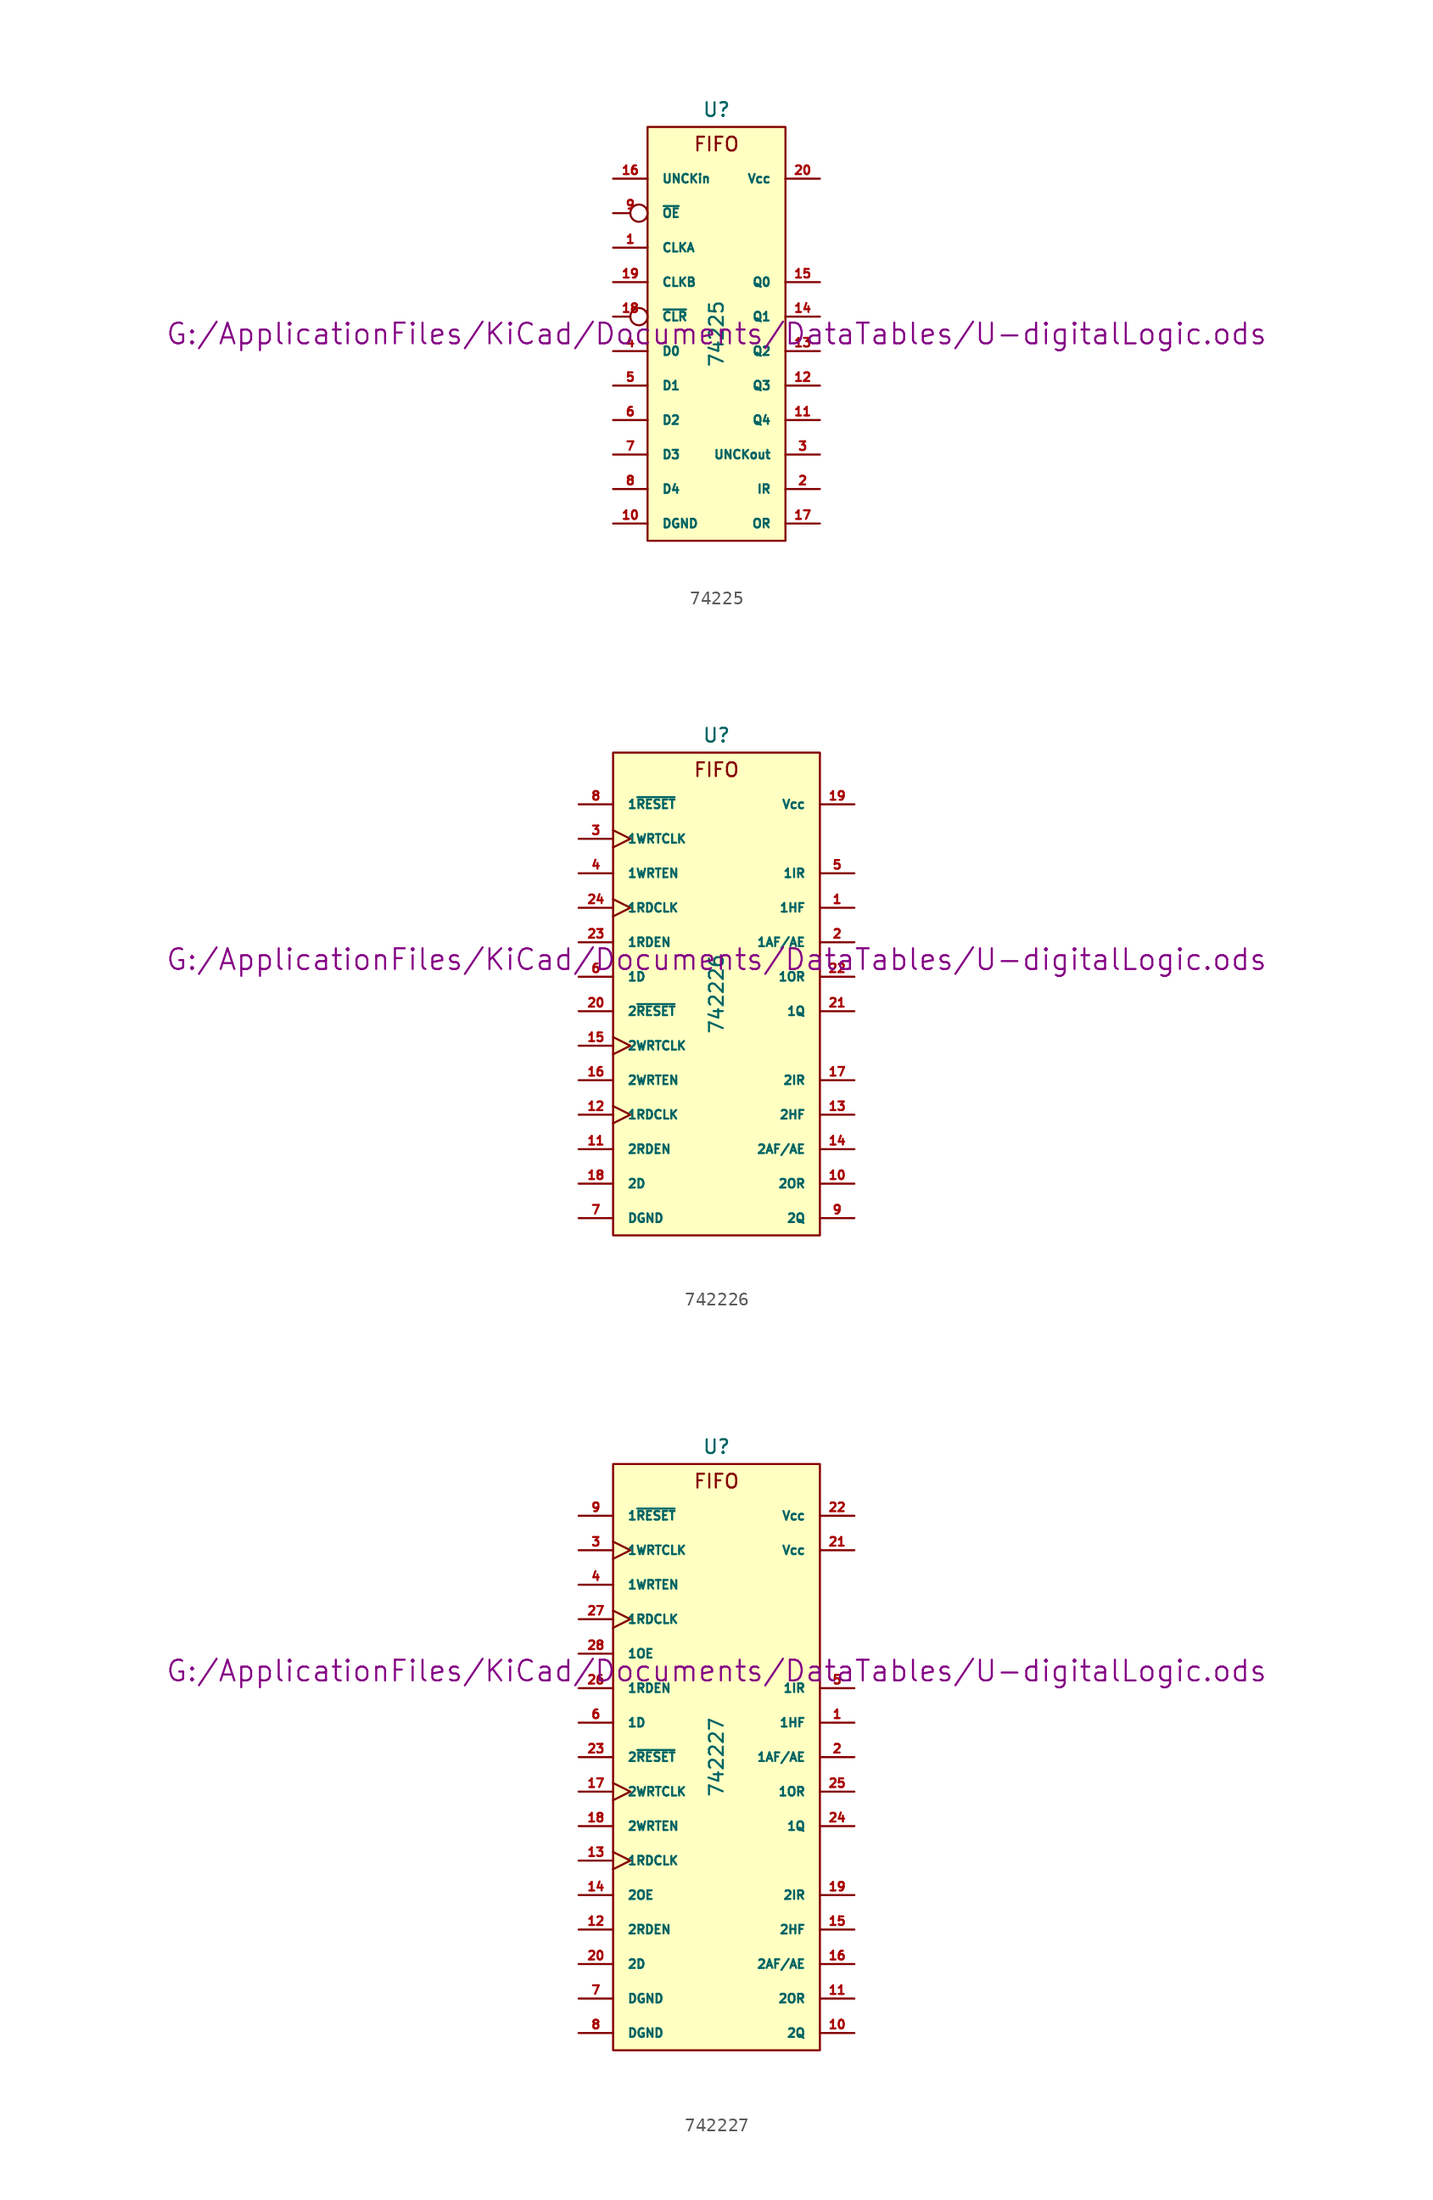
<source format=kicad_sym>
(kicad_symbol_lib
  (version 20211014)
  (generator kicad_symbol_editor)
  (symbol "74225"
    (pin_names
      (offset 1.016))
    (property "Reference" "U"
      (at 0 16.51 0)
      (effects (font (size 1.016 1.016))))
    (property "Value" "74225"
      (at 0 0 90)
      (effects (font (size 1.016 1.016))))
    (property "Footprint" ""
      (at 0 0 0)
      (effects (font (size 1.524 1.524))))
    (property "Datasheet" "G:/ApplicationFiles/KiCad/Documents/DataTables/U-digitalLogic.ods"
      (at 0 0 0)
      (effects (font (size 1.524 1.524))))
    (symbol "74225_0_0"
      (text "FIFO" (at 0 13.97 0) (effects (font (size 1.016 1.016)))))
    (symbol "74225_0_1"
      (rectangle (start -5.08 15.24) (end 5.08 -15.24) (stroke (width 0) (type default) (color 0 0 0 0)) (fill (type background))))
    (symbol "74225_1_1"
      (pin input line (at -7.62 6.35 0) (length 2.54) (name "CLKA" (effects (font (size 0.635 0.635)))) (number "1" (effects (font (size 0.635 0.635)))))
      (pin power_in line (at -7.62 -13.97 0) (length 2.54) (name "DGND" (effects (font (size 0.635 0.635)))) (number "10" (effects (font (size 0.635 0.635)))))
      (pin tri_state line (at 7.62 -6.35 180) (length 2.54) (name "Q4" (effects (font (size 0.635 0.635)))) (number "11" (effects (font (size 0.635 0.635)))))
      (pin tri_state line (at 7.62 -3.81 180) (length 2.54) (name "Q3" (effects (font (size 0.635 0.635)))) (number "12" (effects (font (size 0.635 0.635)))))
      (pin tri_state line (at 7.62 -1.27 180) (length 2.54) (name "Q2" (effects (font (size 0.635 0.635)))) (number "13" (effects (font (size 0.635 0.635)))))
      (pin tri_state line (at 7.62 1.27 180) (length 2.54) (name "Q1" (effects (font (size 0.635 0.635)))) (number "14" (effects (font (size 0.635 0.635)))))
      (pin tri_state line (at 7.62 3.81 180) (length 2.54) (name "Q0" (effects (font (size 0.635 0.635)))) (number "15" (effects (font (size 0.635 0.635)))))
      (pin input line (at -7.62 11.43 0) (length 2.54) (name "UNCKin" (effects (font (size 0.635 0.635)))) (number "16" (effects (font (size 0.635 0.635)))))
      (pin output line (at 7.62 -13.97 180) (length 2.54) (name "OR" (effects (font (size 0.635 0.635)))) (number "17" (effects (font (size 0.635 0.635)))))
      (pin input inverted (at -7.62 1.27 0) (length 2.54) (name "~{CLR}" (effects (font (size 0.635 0.635)))) (number "18" (effects (font (size 0.635 0.635)))))
      (pin input line (at -7.62 3.81 0) (length 2.54) (name "CLKB" (effects (font (size 0.635 0.635)))) (number "19" (effects (font (size 0.635 0.635)))))
      (pin output line (at 7.62 -11.43 180) (length 2.54) (name "IR" (effects (font (size 0.635 0.635)))) (number "2" (effects (font (size 0.635 0.635)))))
      (pin power_in line (at 7.62 11.43 180) (length 2.54) (name "Vcc" (effects (font (size 0.635 0.635)))) (number "20" (effects (font (size 0.635 0.635)))))
      (pin output line (at 7.62 -8.89 180) (length 2.54) (name "UNCKout" (effects (font (size 0.635 0.635)))) (number "3" (effects (font (size 0.635 0.635)))))
      (pin input line (at -7.62 -1.27 0) (length 2.54) (name "D0" (effects (font (size 0.635 0.635)))) (number "4" (effects (font (size 0.635 0.635)))))
      (pin input line (at -7.62 -3.81 0) (length 2.54) (name "D1" (effects (font (size 0.635 0.635)))) (number "5" (effects (font (size 0.635 0.635)))))
      (pin input line (at -7.62 -6.35 0) (length 2.54) (name "D2" (effects (font (size 0.635 0.635)))) (number "6" (effects (font (size 0.635 0.635)))))
      (pin input line (at -7.62 -8.89 0) (length 2.54) (name "D3" (effects (font (size 0.635 0.635)))) (number "7" (effects (font (size 0.635 0.635)))))
      (pin input line (at -7.62 -11.43 0) (length 2.54) (name "D4" (effects (font (size 0.635 0.635)))) (number "8" (effects (font (size 0.635 0.635)))))
      (pin input inverted (at -7.62 8.89 0) (length 2.54) (name "~{OE}" (effects (font (size 0.635 0.635)))) (number "9" (effects (font (size 0.635 0.635)))))))
  (symbol "742226"
    (pin_names
      (offset 1.016))
    (property "Reference" "U"
      (at 0 19.05 0)
      (effects (font (size 1.016 1.016))))
    (property "Value" "742226"
      (at 0 0 90)
      (effects (font (size 1.016 1.016))))
    (property "Footprint" ""
      (at 0 2.54 0)
      (effects (font (size 1.524 1.524))))
    (property "Datasheet" "G:/ApplicationFiles/KiCad/Documents/DataTables/U-digitalLogic.ods"
      (at 0 2.54 0)
      (effects (font (size 1.524 1.524))))
    (symbol "742226_0_0"
      (text "FIFO" (at 0 16.51 0) (effects (font (size 1.016 1.016)))))
    (symbol "742226_0_1"
      (rectangle (start -7.62 17.78) (end 7.62 -17.78) (stroke (width 0) (type default) (color 0 0 0 0)) (fill (type background))))
    (symbol "742226_1_1"
      (pin output line (at 10.16 6.35 180) (length 2.54) (name "1HF" (effects (font (size 0.635 0.635)))) (number "1" (effects (font (size 0.635 0.635)))))
      (pin output line (at 10.16 -13.97 180) (length 2.54) (name "2OR" (effects (font (size 0.635 0.635)))) (number "10" (effects (font (size 0.635 0.635)))))
      (pin input line (at -10.16 -11.43 0) (length 2.54) (name "2RDEN" (effects (font (size 0.635 0.635)))) (number "11" (effects (font (size 0.635 0.635)))))
      (pin input clock (at -10.16 -8.89 0) (length 2.54) (name "1RDCLK" (effects (font (size 0.635 0.635)))) (number "12" (effects (font (size 0.635 0.635)))))
      (pin output line (at 10.16 -8.89 180) (length 2.54) (name "2HF" (effects (font (size 0.635 0.635)))) (number "13" (effects (font (size 0.635 0.635)))))
      (pin output line (at 10.16 -11.43 180) (length 2.54) (name "2AF/AE" (effects (font (size 0.635 0.635)))) (number "14" (effects (font (size 0.635 0.635)))))
      (pin input clock (at -10.16 -3.81 0) (length 2.54) (name "2WRTCLK" (effects (font (size 0.635 0.635)))) (number "15" (effects (font (size 0.635 0.635)))))
      (pin input line (at -10.16 -6.35 0) (length 2.54) (name "2WRTEN" (effects (font (size 0.635 0.635)))) (number "16" (effects (font (size 0.635 0.635)))))
      (pin output line (at 10.16 -6.35 180) (length 2.54) (name "2IR" (effects (font (size 0.635 0.635)))) (number "17" (effects (font (size 0.635 0.635)))))
      (pin input line (at -10.16 -13.97 0) (length 2.54) (name "2D" (effects (font (size 0.635 0.635)))) (number "18" (effects (font (size 0.635 0.635)))))
      (pin power_in line (at 10.16 13.97 180) (length 2.54) (name "Vcc" (effects (font (size 0.635 0.635)))) (number "19" (effects (font (size 0.635 0.635)))))
      (pin output line (at 10.16 3.81 180) (length 2.54) (name "1AF/AE" (effects (font (size 0.635 0.635)))) (number "2" (effects (font (size 0.635 0.635)))))
      (pin input line (at -10.16 -1.27 0) (length 2.54) (name "2~{RESET}" (effects (font (size 0.635 0.635)))) (number "20" (effects (font (size 0.635 0.635)))))
      (pin output line (at 10.16 -1.27 180) (length 2.54) (name "1Q" (effects (font (size 0.635 0.635)))) (number "21" (effects (font (size 0.635 0.635)))))
      (pin output line (at 10.16 1.27 180) (length 2.54) (name "1OR" (effects (font (size 0.635 0.635)))) (number "22" (effects (font (size 0.635 0.635)))))
      (pin input line (at -10.16 3.81 0) (length 2.54) (name "1RDEN" (effects (font (size 0.635 0.635)))) (number "23" (effects (font (size 0.635 0.635)))))
      (pin input clock (at -10.16 6.35 0) (length 2.54) (name "1RDCLK" (effects (font (size 0.635 0.635)))) (number "24" (effects (font (size 0.635 0.635)))))
      (pin input clock (at -10.16 11.43 0) (length 2.54) (name "1WRTCLK" (effects (font (size 0.635 0.635)))) (number "3" (effects (font (size 0.635 0.635)))))
      (pin input line (at -10.16 8.89 0) (length 2.54) (name "1WRTEN" (effects (font (size 0.635 0.635)))) (number "4" (effects (font (size 0.635 0.635)))))
      (pin output line (at 10.16 8.89 180) (length 2.54) (name "1IR" (effects (font (size 0.635 0.635)))) (number "5" (effects (font (size 0.635 0.635)))))
      (pin input line (at -10.16 1.27 0) (length 2.54) (name "1D" (effects (font (size 0.635 0.635)))) (number "6" (effects (font (size 0.635 0.635)))))
      (pin power_in line (at -10.16 -16.51 0) (length 2.54) (name "DGND" (effects (font (size 0.635 0.635)))) (number "7" (effects (font (size 0.635 0.635)))))
      (pin input line (at -10.16 13.97 0) (length 2.54) (name "1~{RESET}" (effects (font (size 0.635 0.635)))) (number "8" (effects (font (size 0.635 0.635)))))
      (pin output line (at 10.16 -16.51 180) (length 2.54) (name "2Q" (effects (font (size 0.635 0.635)))) (number "9" (effects (font (size 0.635 0.635)))))))
  (symbol "742227"
    (pin_names
      (offset 1.016))
    (property "Reference" "U"
      (at 0 22.86 0)
      (effects (font (size 1.016 1.016))))
    (property "Value" "742227"
      (at 0 0 90)
      (effects (font (size 1.016 1.016))))
    (property "Footprint" ""
      (at 0 6.35 0)
      (effects (font (size 1.524 1.524))))
    (property "Datasheet" "G:/ApplicationFiles/KiCad/Documents/DataTables/U-digitalLogic.ods"
      (at 0 6.35 0)
      (effects (font (size 1.524 1.524))))
    (symbol "742227_0_0"
      (text "FIFO" (at 0 20.32 0) (effects (font (size 1.016 1.016)))))
    (symbol "742227_0_1"
      (rectangle (start -7.62 21.59) (end 7.62 -21.59) (stroke (width 0) (type default) (color 0 0 0 0)) (fill (type background))))
    (symbol "742227_1_1"
      (pin output line (at 10.16 2.54 180) (length 2.54) (name "1HF" (effects (font (size 0.635 0.635)))) (number "1" (effects (font (size 0.635 0.635)))))
      (pin output line (at 10.16 -20.32 180) (length 2.54) (name "2Q" (effects (font (size 0.635 0.635)))) (number "10" (effects (font (size 0.635 0.635)))))
      (pin output line (at 10.16 -17.78 180) (length 2.54) (name "2OR" (effects (font (size 0.635 0.635)))) (number "11" (effects (font (size 0.635 0.635)))))
      (pin input line (at -10.16 -12.7 0) (length 2.54) (name "2RDEN" (effects (font (size 0.635 0.635)))) (number "12" (effects (font (size 0.635 0.635)))))
      (pin input clock (at -10.16 -7.62 0) (length 2.54) (name "1RDCLK" (effects (font (size 0.635 0.635)))) (number "13" (effects (font (size 0.635 0.635)))))
      (pin input line (at -10.16 -10.16 0) (length 2.54) (name "2OE" (effects (font (size 0.635 0.635)))) (number "14" (effects (font (size 0.635 0.635)))))
      (pin output line (at 10.16 -12.7 180) (length 2.54) (name "2HF" (effects (font (size 0.635 0.635)))) (number "15" (effects (font (size 0.635 0.635)))))
      (pin output line (at 10.16 -15.24 180) (length 2.54) (name "2AF/AE" (effects (font (size 0.635 0.635)))) (number "16" (effects (font (size 0.635 0.635)))))
      (pin input clock (at -10.16 -2.54 0) (length 2.54) (name "2WRTCLK" (effects (font (size 0.635 0.635)))) (number "17" (effects (font (size 0.635 0.635)))))
      (pin input line (at -10.16 -5.08 0) (length 2.54) (name "2WRTEN" (effects (font (size 0.635 0.635)))) (number "18" (effects (font (size 0.635 0.635)))))
      (pin output line (at 10.16 -10.16 180) (length 2.54) (name "2IR" (effects (font (size 0.635 0.635)))) (number "19" (effects (font (size 0.635 0.635)))))
      (pin output line (at 10.16 0 180) (length 2.54) (name "1AF/AE" (effects (font (size 0.635 0.635)))) (number "2" (effects (font (size 0.635 0.635)))))
      (pin input line (at -10.16 -15.24 0) (length 2.54) (name "2D" (effects (font (size 0.635 0.635)))) (number "20" (effects (font (size 0.635 0.635)))))
      (pin power_in line (at 10.16 15.24 180) (length 2.54) (name "Vcc" (effects (font (size 0.635 0.635)))) (number "21" (effects (font (size 0.635 0.635)))))
      (pin power_in line (at 10.16 17.78 180) (length 2.54) (name "Vcc" (effects (font (size 0.635 0.635)))) (number "22" (effects (font (size 0.635 0.635)))))
      (pin input line (at -10.16 0 0) (length 2.54) (name "2~{RESET}" (effects (font (size 0.635 0.635)))) (number "23" (effects (font (size 0.635 0.635)))))
      (pin output line (at 10.16 -5.08 180) (length 2.54) (name "1Q" (effects (font (size 0.635 0.635)))) (number "24" (effects (font (size 0.635 0.635)))))
      (pin output line (at 10.16 -2.54 180) (length 2.54) (name "1OR" (effects (font (size 0.635 0.635)))) (number "25" (effects (font (size 0.635 0.635)))))
      (pin input line (at -10.16 5.08 0) (length 2.54) (name "1RDEN" (effects (font (size 0.635 0.635)))) (number "26" (effects (font (size 0.635 0.635)))))
      (pin input clock (at -10.16 10.16 0) (length 2.54) (name "1RDCLK" (effects (font (size 0.635 0.635)))) (number "27" (effects (font (size 0.635 0.635)))))
      (pin input line (at -10.16 7.62 0) (length 2.54) (name "1OE" (effects (font (size 0.635 0.635)))) (number "28" (effects (font (size 0.635 0.635)))))
      (pin input clock (at -10.16 15.24 0) (length 2.54) (name "1WRTCLK" (effects (font (size 0.635 0.635)))) (number "3" (effects (font (size 0.635 0.635)))))
      (pin input line (at -10.16 12.7 0) (length 2.54) (name "1WRTEN" (effects (font (size 0.635 0.635)))) (number "4" (effects (font (size 0.635 0.635)))))
      (pin output line (at 10.16 5.08 180) (length 2.54) (name "1IR" (effects (font (size 0.635 0.635)))) (number "5" (effects (font (size 0.635 0.635)))))
      (pin input line (at -10.16 2.54 0) (length 2.54) (name "1D" (effects (font (size 0.635 0.635)))) (number "6" (effects (font (size 0.635 0.635)))))
      (pin power_in line (at -10.16 -17.78 0) (length 2.54) (name "DGND" (effects (font (size 0.635 0.635)))) (number "7" (effects (font (size 0.635 0.635)))))
      (pin power_in line (at -10.16 -20.32 0) (length 2.54) (name "DGND" (effects (font (size 0.635 0.635)))) (number "8" (effects (font (size 0.635 0.635)))))
      (pin input line (at -10.16 17.78 0) (length 2.54) (name "1~{RESET}" (effects (font (size 0.635 0.635)))) (number "9" (effects (font (size 0.635 0.635))))))))
</source>
